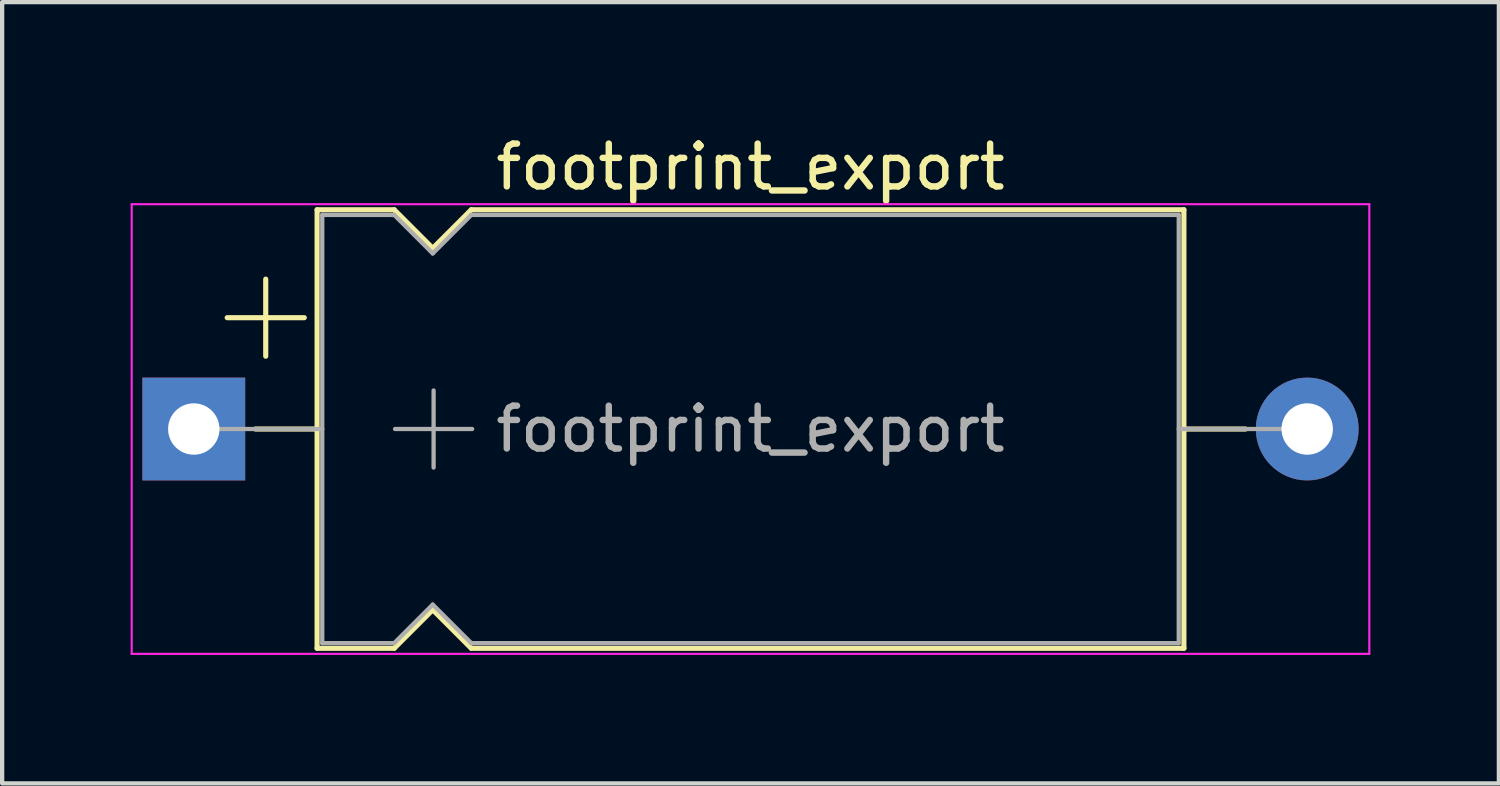
<source format=kicad_pcb>
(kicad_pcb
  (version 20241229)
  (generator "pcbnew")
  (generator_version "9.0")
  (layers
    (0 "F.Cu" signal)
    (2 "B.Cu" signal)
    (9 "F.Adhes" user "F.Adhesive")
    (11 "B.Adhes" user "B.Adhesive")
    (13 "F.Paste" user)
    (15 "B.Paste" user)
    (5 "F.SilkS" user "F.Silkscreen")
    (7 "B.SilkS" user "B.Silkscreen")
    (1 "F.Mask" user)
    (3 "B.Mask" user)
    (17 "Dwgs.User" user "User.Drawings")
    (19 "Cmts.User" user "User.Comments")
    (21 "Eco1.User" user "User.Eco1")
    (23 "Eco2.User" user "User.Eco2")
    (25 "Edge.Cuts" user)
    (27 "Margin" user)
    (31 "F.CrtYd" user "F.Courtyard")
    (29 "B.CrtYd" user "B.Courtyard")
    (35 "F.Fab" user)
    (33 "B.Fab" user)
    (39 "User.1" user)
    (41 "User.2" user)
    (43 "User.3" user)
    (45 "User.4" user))
  (footprint "footprint_export"
    (layer "F.Cu")
    (at 1.475 6.968)
    (property "Reference" "footprint_export" (at 13 -6.12 0) (layer "F.SilkS") (effects (font (size 1 1) (thickness 0.15))))
    (attr through_hole)
    (fp_line (start 0.78 -2.6) (end 2.58 -2.6) (stroke (width 0.12) (type solid)) (layer "F.SilkS"))
    (fp_line (start 1.44 0) (end 2.88 0) (stroke (width 0.12) (type solid)) (layer "F.SilkS"))
    (fp_line (start 1.68 -3.5) (end 1.68 -1.7) (stroke (width 0.12) (type solid)) (layer "F.SilkS"))
    (fp_line (start 2.88 -5.12) (end 2.88 5.12) (stroke (width 0.12) (type solid)) (layer "F.SilkS"))
    (fp_line (start 2.88 -5.12) (end 4.68 -5.12) (stroke (width 0.12) (type solid)) (layer "F.SilkS"))
    (fp_line (start 2.88 5.12) (end 4.68 5.12) (stroke (width 0.12) (type solid)) (layer "F.SilkS"))
    (fp_line (start 4.68 -5.12) (end 5.58 -4.22) (stroke (width 0.12) (type solid)) (layer "F.SilkS"))
    (fp_line (start 4.68 5.12) (end 5.58 4.22) (stroke (width 0.12) (type solid)) (layer "F.SilkS"))
    (fp_line (start 5.58 -4.22) (end 6.48 -5.12) (stroke (width 0.12) (type solid)) (layer "F.SilkS"))
    (fp_line (start 5.58 4.22) (end 6.48 5.12) (stroke (width 0.12) (type solid)) (layer "F.SilkS"))
    (fp_line (start 6.48 -5.12) (end 23.12 -5.12) (stroke (width 0.12) (type solid)) (layer "F.SilkS"))
    (fp_line (start 6.48 5.12) (end 23.12 5.12) (stroke (width 0.12) (type solid)) (layer "F.SilkS"))
    (fp_line (start 23.12 -5.12) (end 23.12 5.12) (stroke (width 0.12) (type solid)) (layer "F.SilkS"))
    (fp_line (start 24.56 0) (end 23.12 0) (stroke (width 0.12) (type solid)) (layer "F.SilkS"))
    (fp_line (start -1.45 -5.25) (end -1.45 5.25) (stroke (width 0.05) (type solid)) (layer "F.CrtYd"))
    (fp_line (start -1.45 5.25) (end 27.45 5.25) (stroke (width 0.05) (type solid)) (layer "F.CrtYd"))
    (fp_line (start 27.45 -5.25) (end -1.45 -5.25) (stroke (width 0.05) (type solid)) (layer "F.CrtYd"))
    (fp_line (start 27.45 5.25) (end 27.45 -5.25) (stroke (width 0.05) (type solid)) (layer "F.CrtYd"))
    (fp_line (start 0 0) (end 3 0) (stroke (width 0.1) (type solid)) (layer "F.Fab"))
    (fp_line (start 3 -5) (end 3 5) (stroke (width 0.1) (type solid)) (layer "F.Fab"))
    (fp_line (start 3 -5) (end 4.68 -5) (stroke (width 0.1) (type solid)) (layer "F.Fab"))
    (fp_line (start 3 5) (end 4.68 5) (stroke (width 0.1) (type solid)) (layer "F.Fab"))
    (fp_line (start 4.68 -5) (end 5.58 -4.1) (stroke (width 0.1) (type solid)) (layer "F.Fab"))
    (fp_line (start 4.68 5) (end 5.58 4.1) (stroke (width 0.1) (type solid)) (layer "F.Fab"))
    (fp_line (start 4.7 0) (end 6.5 0) (stroke (width 0.1) (type solid)) (layer "F.Fab"))
    (fp_line (start 5.58 -4.1) (end 6.48 -5) (stroke (width 0.1) (type solid)) (layer "F.Fab"))
    (fp_line (start 5.58 4.1) (end 6.48 5) (stroke (width 0.1) (type solid)) (layer "F.Fab"))
    (fp_line (start 5.6 -0.9) (end 5.6 0.9) (stroke (width 0.1) (type solid)) (layer "F.Fab"))
    (fp_line (start 6.48 -5) (end 23 -5) (stroke (width 0.1) (type solid)) (layer "F.Fab"))
    (fp_line (start 6.48 5) (end 23 5) (stroke (width 0.1) (type solid)) (layer "F.Fab"))
    (fp_line (start 23 -5) (end 23 5) (stroke (width 0.1) (type solid)) (layer "F.Fab"))
    (fp_line (start 26 0) (end 23 0) (stroke (width 0.1) (type solid)) (layer "F.Fab"))
    (fp_text user "${REFERENCE}" (at 13 0 0) (layer "F.Fab") (effects (font (size 1 1) (thickness 0.15))))
    (pad "1" thru_hole rect (at 0 0) (size 2.4 2.4) (drill 1.2) (layers "*.Cu" "*.Mask"))
    (pad "2" thru_hole oval (at 26 0) (size 2.4 2.4) (drill 1.2) (layers "*.Cu" "*.Mask")))
  (gr_rect
    (start -3 -3)
    (end 31.95 15.243)
    (stroke (width 0.1) (type default))
    (fill no)
    (layer "Edge.Cuts")))
</source>
